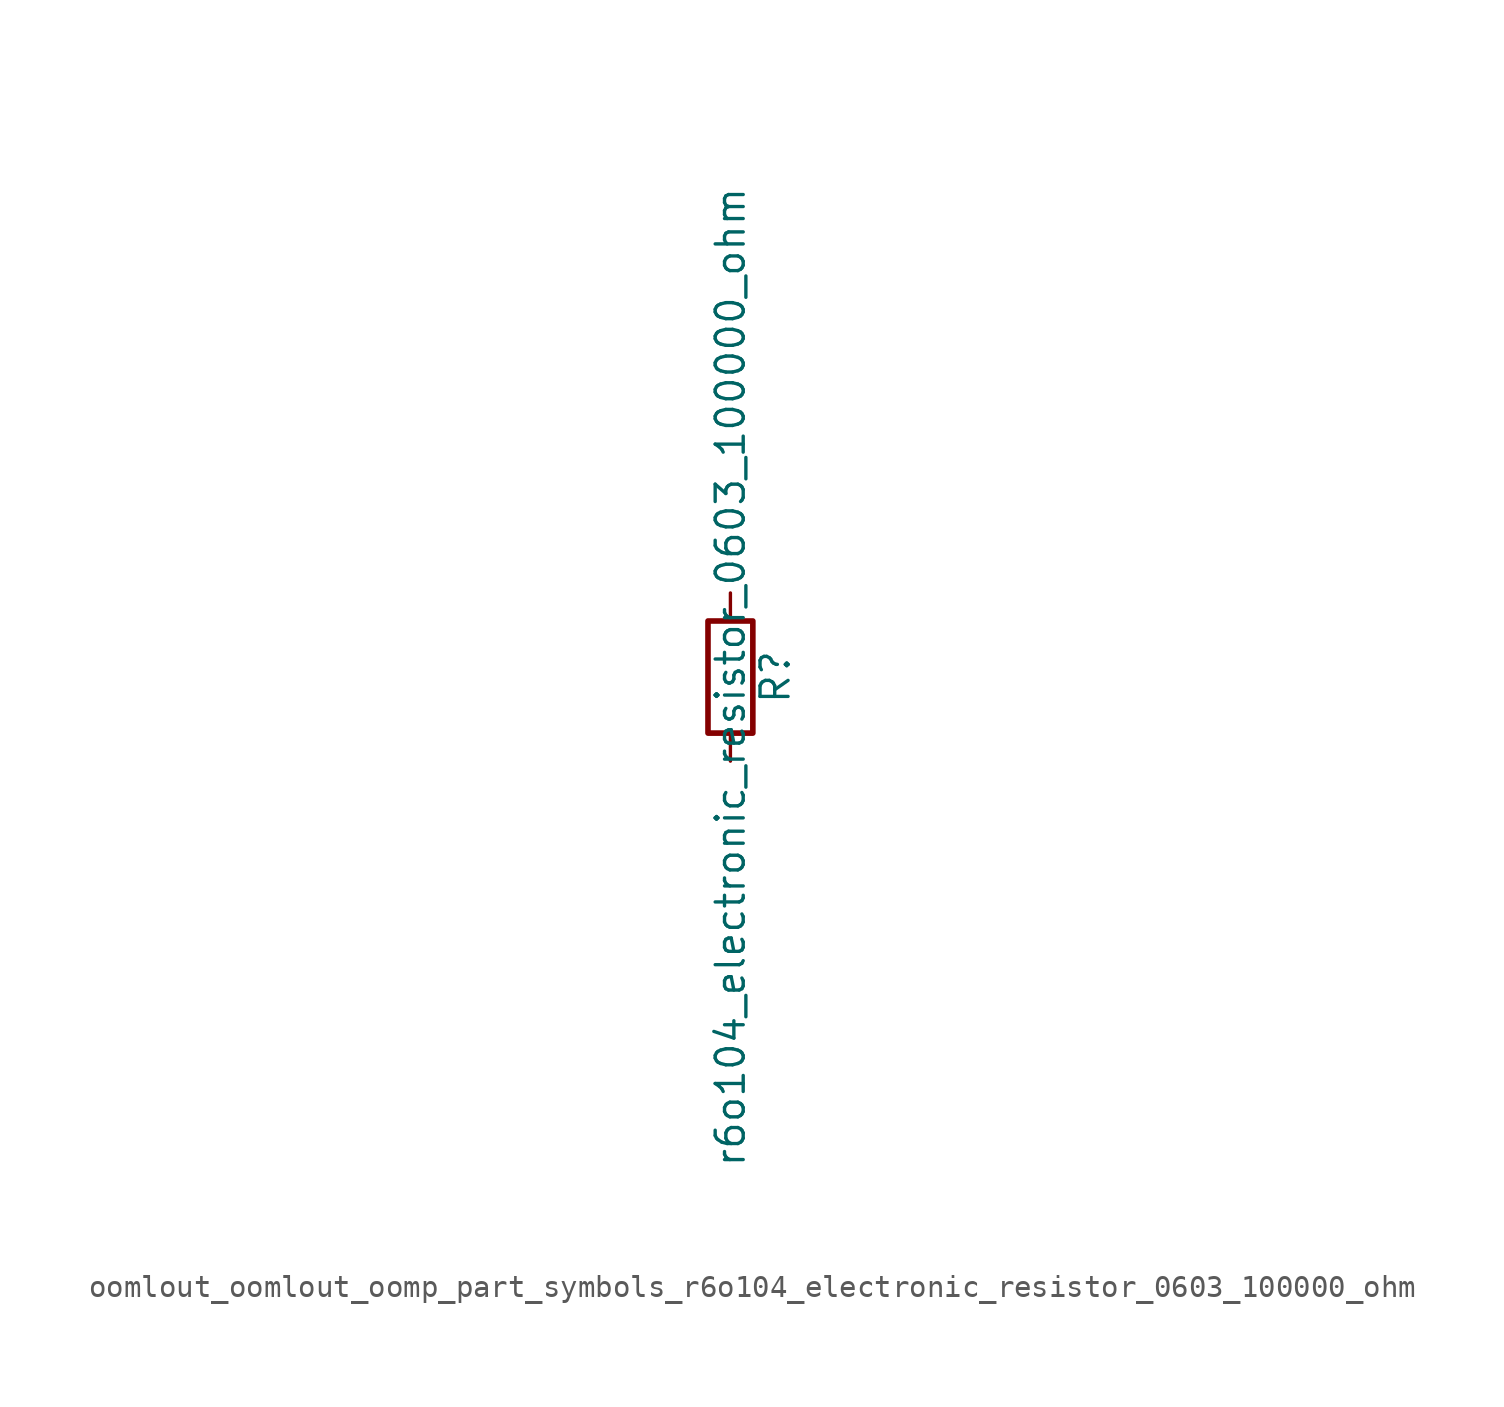
<source format=kicad_sym>
(kicad_symbol_lib
  (version 20220914)
  (generator kicad_symbol_editor)
  (symbol "oomlout_oomlout_oomp_part_symbols_r6o104_electronic_resistor_0603_100000_ohm"
    (pin_numbers hide)
    (pin_names
      (offset 0))
    (property "Reference" "R"
      (at 2.032 0 90)
      (effects (font (size 1.27 1.27))))
    (property "Value" "r6o104_electronic_resistor_0603_100000_ohm"
      (at 0 0 90)
      (effects (font (size 1.27 1.27))))
    (symbol "oomlout_oomlout_oomp_part_symbols_r6o104_electronic_resistor_0603_100000_ohm_0_1"
      (rectangle (start -1.016 -2.54) (end 1.016 2.54) (stroke (width 0.254) (type default)) (fill (type none))))
    (symbol "oomlout_oomlout_oomp_part_symbols_r6o104_electronic_resistor_0603_100000_ohm_1_1"
      (pin passive line (at 0 3.81 270) (length 1.27) (name "~" (effects (font (size 1.27 1.27)))) (number "1" (effects (font (size 1.27 1.27)))))
      (pin passive line (at 0 -3.81 90) (length 1.27) (name "~" (effects (font (size 1.27 1.27)))) (number "2" (effects (font (size 1.27 1.27))))))))
</source>
